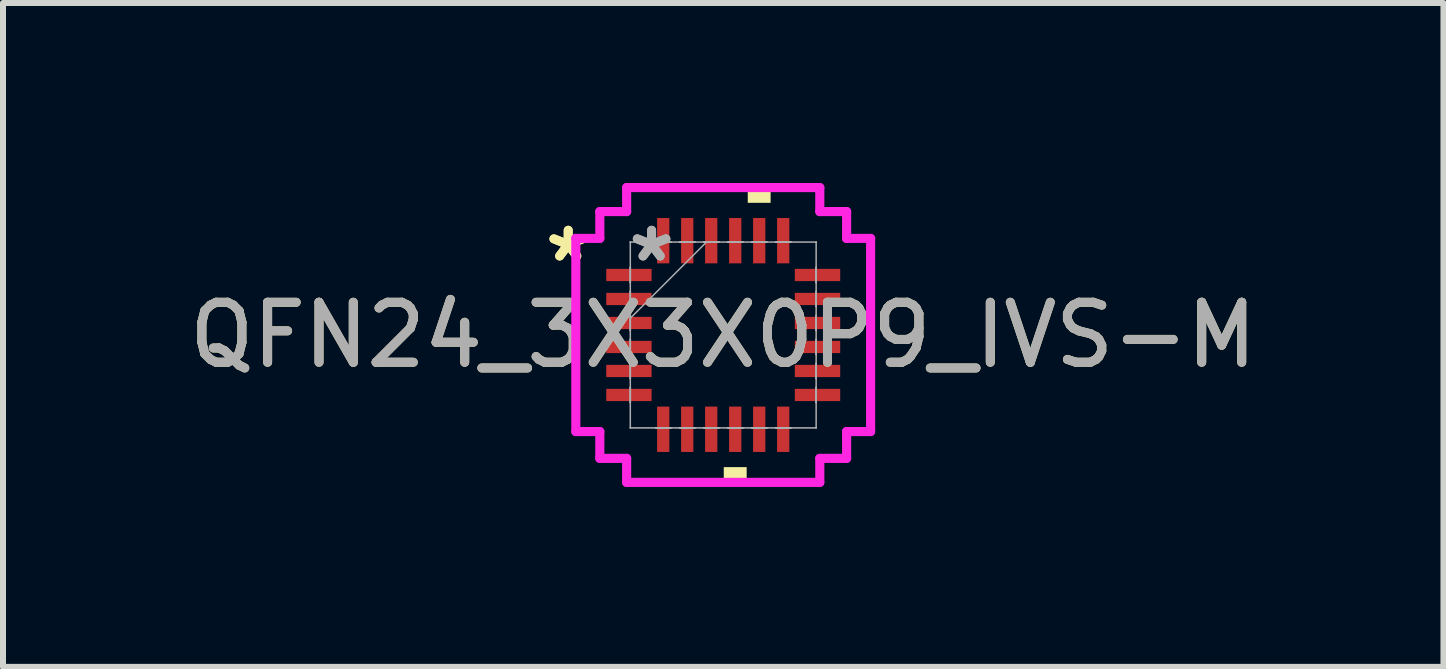
<source format=kicad_pcb>
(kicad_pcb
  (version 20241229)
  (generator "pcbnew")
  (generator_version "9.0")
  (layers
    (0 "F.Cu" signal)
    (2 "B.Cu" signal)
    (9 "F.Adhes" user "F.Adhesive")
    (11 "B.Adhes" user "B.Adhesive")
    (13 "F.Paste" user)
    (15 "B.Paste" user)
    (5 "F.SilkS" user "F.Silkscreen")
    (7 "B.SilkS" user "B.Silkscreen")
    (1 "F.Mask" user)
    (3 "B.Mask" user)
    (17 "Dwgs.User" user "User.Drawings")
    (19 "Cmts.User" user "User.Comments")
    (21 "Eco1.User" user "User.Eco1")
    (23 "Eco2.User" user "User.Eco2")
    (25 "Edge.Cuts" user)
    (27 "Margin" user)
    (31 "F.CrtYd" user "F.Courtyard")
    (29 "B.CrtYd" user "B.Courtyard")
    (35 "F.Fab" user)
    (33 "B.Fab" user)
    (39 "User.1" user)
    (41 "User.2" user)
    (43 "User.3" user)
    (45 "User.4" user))
  (footprint "QFN24_3X3X0P9_IVS-M"
    (layer "F.Cu")
    (at 9.006 2.534)
    (property "Reference" "QFN24_3X3X0P9_IVS-M" (at 0 0 0) (unlocked yes) (layer "F.SilkS") (effects (font (size 1 1) (thickness 0.15))))
    (attr smd)
    (fp_poly (pts (xy 0.009 2.203) (xy 0.009 2.457) (xy 0.391 2.457) (xy 0.391 2.203)) (stroke (width 0) (type solid)) (fill yes) (layer "F.SilkS"))
    (fp_poly (pts (xy 0.409 -2.203) (xy 0.409 -2.457) (xy 0.79 -2.457) (xy 0.79 -2.203)) (stroke (width 0) (type solid)) (fill yes) (layer "F.SilkS"))
    (fp_line (start -2.457 -1.61) (end -2.057 -1.61) (stroke (width 0.152) (type solid)) (layer "F.CrtYd"))
    (fp_line (start -2.457 1.61) (end -2.457 -1.61) (stroke (width 0.152) (type solid)) (layer "F.CrtYd"))
    (fp_line (start -2.057 -2.057) (end -1.61 -2.057) (stroke (width 0.152) (type solid)) (layer "F.CrtYd"))
    (fp_line (start -2.057 -1.61) (end -2.057 -2.057) (stroke (width 0.152) (type solid)) (layer "F.CrtYd"))
    (fp_line (start -2.057 1.61) (end -2.457 1.61) (stroke (width 0.152) (type solid)) (layer "F.CrtYd"))
    (fp_line (start -2.057 2.057) (end -2.057 1.61) (stroke (width 0.152) (type solid)) (layer "F.CrtYd"))
    (fp_line (start -1.61 -2.457) (end 1.61 -2.457) (stroke (width 0.152) (type solid)) (layer "F.CrtYd"))
    (fp_line (start -1.61 -2.057) (end -1.61 -2.457) (stroke (width 0.152) (type solid)) (layer "F.CrtYd"))
    (fp_line (start -1.61 2.057) (end -2.057 2.057) (stroke (width 0.152) (type solid)) (layer "F.CrtYd"))
    (fp_line (start -1.61 2.457) (end -1.61 2.057) (stroke (width 0.152) (type solid)) (layer "F.CrtYd"))
    (fp_line (start 1.61 -2.457) (end 1.61 -2.057) (stroke (width 0.152) (type solid)) (layer "F.CrtYd"))
    (fp_line (start 1.61 -2.057) (end 2.057 -2.057) (stroke (width 0.152) (type solid)) (layer "F.CrtYd"))
    (fp_line (start 1.61 2.057) (end 1.61 2.457) (stroke (width 0.152) (type solid)) (layer "F.CrtYd"))
    (fp_line (start 1.61 2.457) (end -1.61 2.457) (stroke (width 0.152) (type solid)) (layer "F.CrtYd"))
    (fp_line (start 2.057 -2.057) (end 2.057 -1.61) (stroke (width 0.152) (type solid)) (layer "F.CrtYd"))
    (fp_line (start 2.057 -1.61) (end 2.457 -1.61) (stroke (width 0.152) (type solid)) (layer "F.CrtYd"))
    (fp_line (start 2.057 1.61) (end 2.057 2.057) (stroke (width 0.152) (type solid)) (layer "F.CrtYd"))
    (fp_line (start 2.057 2.057) (end 1.61 2.057) (stroke (width 0.152) (type solid)) (layer "F.CrtYd"))
    (fp_line (start 2.457 -1.61) (end 2.457 1.61) (stroke (width 0.152) (type solid)) (layer "F.CrtYd"))
    (fp_line (start 2.457 1.61) (end 2.057 1.61) (stroke (width 0.152) (type solid)) (layer "F.CrtYd"))
    (fp_line (start -1.549 -1.549) (end -1.549 -1.549) (stroke (width 0.025) (type solid)) (layer "F.Fab"))
    (fp_line (start -1.549 -1.549) (end -1.549 1.549) (stroke (width 0.025) (type solid)) (layer "F.Fab"))
    (fp_line (start -1.549 -1.127) (end -1.549 -1.127) (stroke (width 0.025) (type solid)) (layer "F.Fab"))
    (fp_line (start -1.549 -1.127) (end -1.549 -0.873) (stroke (width 0.025) (type solid)) (layer "F.Fab"))
    (fp_line (start -1.549 -0.873) (end -1.549 -1.127) (stroke (width 0.025) (type solid)) (layer "F.Fab"))
    (fp_line (start -1.549 -0.873) (end -1.549 -0.873) (stroke (width 0.025) (type solid)) (layer "F.Fab"))
    (fp_line (start -1.549 -0.727) (end -1.549 -0.727) (stroke (width 0.025) (type solid)) (layer "F.Fab"))
    (fp_line (start -1.549 -0.727) (end -1.549 -0.473) (stroke (width 0.025) (type solid)) (layer "F.Fab"))
    (fp_line (start -1.549 -0.473) (end -1.549 -0.727) (stroke (width 0.025) (type solid)) (layer "F.Fab"))
    (fp_line (start -1.549 -0.473) (end -1.549 -0.473) (stroke (width 0.025) (type solid)) (layer "F.Fab"))
    (fp_line (start -1.549 -0.327) (end -1.549 -0.327) (stroke (width 0.025) (type solid)) (layer "F.Fab"))
    (fp_line (start -1.549 -0.327) (end -1.549 -0.073) (stroke (width 0.025) (type solid)) (layer "F.Fab"))
    (fp_line (start -1.549 -0.279) (end -0.279 -1.549) (stroke (width 0.025) (type solid)) (layer "F.Fab"))
    (fp_line (start -1.549 -0.073) (end -1.549 -0.327) (stroke (width 0.025) (type solid)) (layer "F.Fab"))
    (fp_line (start -1.549 -0.073) (end -1.549 -0.073) (stroke (width 0.025) (type solid)) (layer "F.Fab"))
    (fp_line (start -1.549 0.073) (end -1.549 0.073) (stroke (width 0.025) (type solid)) (layer "F.Fab"))
    (fp_line (start -1.549 0.073) (end -1.549 0.327) (stroke (width 0.025) (type solid)) (layer "F.Fab"))
    (fp_line (start -1.549 0.327) (end -1.549 0.073) (stroke (width 0.025) (type solid)) (layer "F.Fab"))
    (fp_line (start -1.549 0.327) (end -1.549 0.327) (stroke (width 0.025) (type solid)) (layer "F.Fab"))
    (fp_line (start -1.549 0.473) (end -1.549 0.473) (stroke (width 0.025) (type solid)) (layer "F.Fab"))
    (fp_line (start -1.549 0.473) (end -1.549 0.727) (stroke (width 0.025) (type solid)) (layer "F.Fab"))
    (fp_line (start -1.549 0.727) (end -1.549 0.473) (stroke (width 0.025) (type solid)) (layer "F.Fab"))
    (fp_line (start -1.549 0.727) (end -1.549 0.727) (stroke (width 0.025) (type solid)) (layer "F.Fab"))
    (fp_line (start -1.549 0.873) (end -1.549 0.873) (stroke (width 0.025) (type solid)) (layer "F.Fab"))
    (fp_line (start -1.549 0.873) (end -1.549 1.127) (stroke (width 0.025) (type solid)) (layer "F.Fab"))
    (fp_line (start -1.549 1.127) (end -1.549 0.873) (stroke (width 0.025) (type solid)) (layer "F.Fab"))
    (fp_line (start -1.549 1.127) (end -1.549 1.127) (stroke (width 0.025) (type solid)) (layer "F.Fab"))
    (fp_line (start -1.549 1.549) (end -1.549 1.549) (stroke (width 0.025) (type solid)) (layer "F.Fab"))
    (fp_line (start -1.549 1.549) (end 1.549 1.549) (stroke (width 0.025) (type solid)) (layer "F.Fab"))
    (fp_line (start -1.127 -1.549) (end -1.127 -1.549) (stroke (width 0.025) (type solid)) (layer "F.Fab"))
    (fp_line (start -1.127 -1.549) (end -0.873 -1.549) (stroke (width 0.025) (type solid)) (layer "F.Fab"))
    (fp_line (start -1.127 1.549) (end -1.127 1.549) (stroke (width 0.025) (type solid)) (layer "F.Fab"))
    (fp_line (start -1.127 1.549) (end -0.873 1.549) (stroke (width 0.025) (type solid)) (layer "F.Fab"))
    (fp_line (start -0.873 -1.549) (end -1.127 -1.549) (stroke (width 0.025) (type solid)) (layer "F.Fab"))
    (fp_line (start -0.873 -1.549) (end -0.873 -1.549) (stroke (width 0.025) (type solid)) (layer "F.Fab"))
    (fp_line (start -0.873 1.549) (end -1.127 1.549) (stroke (width 0.025) (type solid)) (layer "F.Fab"))
    (fp_line (start -0.873 1.549) (end -0.873 1.549) (stroke (width 0.025) (type solid)) (layer "F.Fab"))
    (fp_line (start -0.727 -1.549) (end -0.727 -1.549) (stroke (width 0.025) (type solid)) (layer "F.Fab"))
    (fp_line (start -0.727 -1.549) (end -0.473 -1.549) (stroke (width 0.025) (type solid)) (layer "F.Fab"))
    (fp_line (start -0.727 1.549) (end -0.727 1.549) (stroke (width 0.025) (type solid)) (layer "F.Fab"))
    (fp_line (start -0.727 1.549) (end -0.473 1.549) (stroke (width 0.025) (type solid)) (layer "F.Fab"))
    (fp_line (start -0.473 -1.549) (end -0.727 -1.549) (stroke (width 0.025) (type solid)) (layer "F.Fab"))
    (fp_line (start -0.473 -1.549) (end -0.473 -1.549) (stroke (width 0.025) (type solid)) (layer "F.Fab"))
    (fp_line (start -0.473 1.549) (end -0.727 1.549) (stroke (width 0.025) (type solid)) (layer "F.Fab"))
    (fp_line (start -0.473 1.549) (end -0.473 1.549) (stroke (width 0.025) (type solid)) (layer "F.Fab"))
    (fp_line (start -0.327 -1.549) (end -0.327 -1.549) (stroke (width 0.025) (type solid)) (layer "F.Fab"))
    (fp_line (start -0.327 -1.549) (end -0.073 -1.549) (stroke (width 0.025) (type solid)) (layer "F.Fab"))
    (fp_line (start -0.327 1.549) (end -0.327 1.549) (stroke (width 0.025) (type solid)) (layer "F.Fab"))
    (fp_line (start -0.327 1.549) (end -0.073 1.549) (stroke (width 0.025) (type solid)) (layer "F.Fab"))
    (fp_line (start -0.073 -1.549) (end -0.327 -1.549) (stroke (width 0.025) (type solid)) (layer "F.Fab"))
    (fp_line (start -0.073 -1.549) (end -0.073 -1.549) (stroke (width 0.025) (type solid)) (layer "F.Fab"))
    (fp_line (start -0.073 1.549) (end -0.327 1.549) (stroke (width 0.025) (type solid)) (layer "F.Fab"))
    (fp_line (start -0.073 1.549) (end -0.073 1.549) (stroke (width 0.025) (type solid)) (layer "F.Fab"))
    (fp_line (start 0.073 -1.549) (end 0.073 -1.549) (stroke (width 0.025) (type solid)) (layer "F.Fab"))
    (fp_line (start 0.073 -1.549) (end 0.327 -1.549) (stroke (width 0.025) (type solid)) (layer "F.Fab"))
    (fp_line (start 0.073 1.549) (end 0.073 1.549) (stroke (width 0.025) (type solid)) (layer "F.Fab"))
    (fp_line (start 0.073 1.549) (end 0.327 1.549) (stroke (width 0.025) (type solid)) (layer "F.Fab"))
    (fp_line (start 0.327 -1.549) (end 0.073 -1.549) (stroke (width 0.025) (type solid)) (layer "F.Fab"))
    (fp_line (start 0.327 -1.549) (end 0.327 -1.549) (stroke (width 0.025) (type solid)) (layer "F.Fab"))
    (fp_line (start 0.327 1.549) (end 0.073 1.549) (stroke (width 0.025) (type solid)) (layer "F.Fab"))
    (fp_line (start 0.327 1.549) (end 0.327 1.549) (stroke (width 0.025) (type solid)) (layer "F.Fab"))
    (fp_line (start 0.473 -1.549) (end 0.473 -1.549) (stroke (width 0.025) (type solid)) (layer "F.Fab"))
    (fp_line (start 0.473 -1.549) (end 0.727 -1.549) (stroke (width 0.025) (type solid)) (layer "F.Fab"))
    (fp_line (start 0.473 1.549) (end 0.473 1.549) (stroke (width 0.025) (type solid)) (layer "F.Fab"))
    (fp_line (start 0.473 1.549) (end 0.727 1.549) (stroke (width 0.025) (type solid)) (layer "F.Fab"))
    (fp_line (start 0.727 -1.549) (end 0.473 -1.549) (stroke (width 0.025) (type solid)) (layer "F.Fab"))
    (fp_line (start 0.727 -1.549) (end 0.727 -1.549) (stroke (width 0.025) (type solid)) (layer "F.Fab"))
    (fp_line (start 0.727 1.549) (end 0.473 1.549) (stroke (width 0.025) (type solid)) (layer "F.Fab"))
    (fp_line (start 0.727 1.549) (end 0.727 1.549) (stroke (width 0.025) (type solid)) (layer "F.Fab"))
    (fp_line (start 0.873 -1.549) (end 0.873 -1.549) (stroke (width 0.025) (type solid)) (layer "F.Fab"))
    (fp_line (start 0.873 -1.549) (end 1.127 -1.549) (stroke (width 0.025) (type solid)) (layer "F.Fab"))
    (fp_line (start 0.873 1.549) (end 0.873 1.549) (stroke (width 0.025) (type solid)) (layer "F.Fab"))
    (fp_line (start 0.873 1.549) (end 1.127 1.549) (stroke (width 0.025) (type solid)) (layer "F.Fab"))
    (fp_line (start 1.127 -1.549) (end 0.873 -1.549) (stroke (width 0.025) (type solid)) (layer "F.Fab"))
    (fp_line (start 1.127 -1.549) (end 1.127 -1.549) (stroke (width 0.025) (type solid)) (layer "F.Fab"))
    (fp_line (start 1.127 1.549) (end 0.873 1.549) (stroke (width 0.025) (type solid)) (layer "F.Fab"))
    (fp_line (start 1.127 1.549) (end 1.127 1.549) (stroke (width 0.025) (type solid)) (layer "F.Fab"))
    (fp_line (start 1.549 -1.549) (end -1.549 -1.549) (stroke (width 0.025) (type solid)) (layer "F.Fab"))
    (fp_line (start 1.549 -1.549) (end 1.549 -1.549) (stroke (width 0.025) (type solid)) (layer "F.Fab"))
    (fp_line (start 1.549 -1.127) (end 1.549 -1.127) (stroke (width 0.025) (type solid)) (layer "F.Fab"))
    (fp_line (start 1.549 -1.127) (end 1.549 -0.873) (stroke (width 0.025) (type solid)) (layer "F.Fab"))
    (fp_line (start 1.549 -0.873) (end 1.549 -1.127) (stroke (width 0.025) (type solid)) (layer "F.Fab"))
    (fp_line (start 1.549 -0.873) (end 1.549 -0.873) (stroke (width 0.025) (type solid)) (layer "F.Fab"))
    (fp_line (start 1.549 -0.727) (end 1.549 -0.727) (stroke (width 0.025) (type solid)) (layer "F.Fab"))
    (fp_line (start 1.549 -0.727) (end 1.549 -0.473) (stroke (width 0.025) (type solid)) (layer "F.Fab"))
    (fp_line (start 1.549 -0.473) (end 1.549 -0.727) (stroke (width 0.025) (type solid)) (layer "F.Fab"))
    (fp_line (start 1.549 -0.473) (end 1.549 -0.473) (stroke (width 0.025) (type solid)) (layer "F.Fab"))
    (fp_line (start 1.549 -0.327) (end 1.549 -0.327) (stroke (width 0.025) (type solid)) (layer "F.Fab"))
    (fp_line (start 1.549 -0.327) (end 1.549 -0.073) (stroke (width 0.025) (type solid)) (layer "F.Fab"))
    (fp_line (start 1.549 -0.073) (end 1.549 -0.327) (stroke (width 0.025) (type solid)) (layer "F.Fab"))
    (fp_line (start 1.549 -0.073) (end 1.549 -0.073) (stroke (width 0.025) (type solid)) (layer "F.Fab"))
    (fp_line (start 1.549 0.073) (end 1.549 0.073) (stroke (width 0.025) (type solid)) (layer "F.Fab"))
    (fp_line (start 1.549 0.073) (end 1.549 0.327) (stroke (width 0.025) (type solid)) (layer "F.Fab"))
    (fp_line (start 1.549 0.327) (end 1.549 0.073) (stroke (width 0.025) (type solid)) (layer "F.Fab"))
    (fp_line (start 1.549 0.327) (end 1.549 0.327) (stroke (width 0.025) (type solid)) (layer "F.Fab"))
    (fp_line (start 1.549 0.473) (end 1.549 0.473) (stroke (width 0.025) (type solid)) (layer "F.Fab"))
    (fp_line (start 1.549 0.473) (end 1.549 0.727) (stroke (width 0.025) (type solid)) (layer "F.Fab"))
    (fp_line (start 1.549 0.727) (end 1.549 0.473) (stroke (width 0.025) (type solid)) (layer "F.Fab"))
    (fp_line (start 1.549 0.727) (end 1.549 0.727) (stroke (width 0.025) (type solid)) (layer "F.Fab"))
    (fp_line (start 1.549 0.873) (end 1.549 0.873) (stroke (width 0.025) (type solid)) (layer "F.Fab"))
    (fp_line (start 1.549 0.873) (end 1.549 1.127) (stroke (width 0.025) (type solid)) (layer "F.Fab"))
    (fp_line (start 1.549 1.127) (end 1.549 0.873) (stroke (width 0.025) (type solid)) (layer "F.Fab"))
    (fp_line (start 1.549 1.127) (end 1.549 1.127) (stroke (width 0.025) (type solid)) (layer "F.Fab"))
    (fp_line (start 1.549 1.549) (end 1.549 -1.549) (stroke (width 0.025) (type solid)) (layer "F.Fab"))
    (fp_line (start 1.549 1.549) (end 1.549 1.549) (stroke (width 0.025) (type solid)) (layer "F.Fab"))
    (fp_text user "*" (at -2.584 -1.2 0) (unlocked yes) (layer "F.SilkS") (effects (font (size 1 1) (thickness 0.15))))
    (fp_text user "*" (at -2.584 -1.2 0) (layer "F.SilkS") (effects (font (size 1 1) (thickness 0.15))))
    (fp_text user "*" (at -1.194 -1.2 0) (unlocked yes) (layer "F.Fab") (effects (font (size 1 1) (thickness 0.15))))
    (fp_text user "*" (at -1.194 -1.2 0) (layer "F.Fab") (effects (font (size 1 1) (thickness 0.15))))
    (fp_text user "${REFERENCE}" (at 0 0 0) (unlocked yes) (layer "F.Fab") (effects (font (size 1 1) (thickness 0.15))))
    (pad "1" smd rect (at -1.572 -1 90) (size 0.204 0.756) (layers "F.Cu" "F.Mask" "F.Paste"))
    (pad "2" smd rect (at -1.572 -0.6 90) (size 0.204 0.756) (layers "F.Cu" "F.Mask" "F.Paste"))
    (pad "3" smd rect (at -1.572 -0.2 90) (size 0.204 0.756) (layers "F.Cu" "F.Mask" "F.Paste"))
    (pad "4" smd rect (at -1.572 0.2 90) (size 0.204 0.756) (layers "F.Cu" "F.Mask" "F.Paste"))
    (pad "5" smd rect (at -1.572 0.6 90) (size 0.204 0.756) (layers "F.Cu" "F.Mask" "F.Paste"))
    (pad "6" smd rect (at -1.572 1 90) (size 0.204 0.756) (layers "F.Cu" "F.Mask" "F.Paste"))
    (pad "7" smd rect (at -1 1.572) (size 0.204 0.756) (layers "F.Cu" "F.Mask" "F.Paste"))
    (pad "8" smd rect (at -0.6 1.572) (size 0.204 0.756) (layers "F.Cu" "F.Mask" "F.Paste"))
    (pad "9" smd rect (at -0.2 1.572) (size 0.204 0.756) (layers "F.Cu" "F.Mask" "F.Paste"))
    (pad "10" smd rect (at 0.2 1.572) (size 0.204 0.756) (layers "F.Cu" "F.Mask" "F.Paste"))
    (pad "11" smd rect (at 0.6 1.572) (size 0.204 0.756) (layers "F.Cu" "F.Mask" "F.Paste"))
    (pad "12" smd rect (at 1 1.572) (size 0.204 0.756) (layers "F.Cu" "F.Mask" "F.Paste"))
    (pad "13" smd rect (at 1.572 1 90) (size 0.204 0.756) (layers "F.Cu" "F.Mask" "F.Paste"))
    (pad "14" smd rect (at 1.572 0.6 90) (size 0.204 0.756) (layers "F.Cu" "F.Mask" "F.Paste"))
    (pad "15" smd rect (at 1.572 0.2 90) (size 0.204 0.756) (layers "F.Cu" "F.Mask" "F.Paste"))
    (pad "16" smd rect (at 1.572 -0.2 90) (size 0.204 0.756) (layers "F.Cu" "F.Mask" "F.Paste"))
    (pad "17" smd rect (at 1.572 -0.6 90) (size 0.204 0.756) (layers "F.Cu" "F.Mask" "F.Paste"))
    (pad "18" smd rect (at 1.572 -1 90) (size 0.204 0.756) (layers "F.Cu" "F.Mask" "F.Paste"))
    (pad "19" smd rect (at 1 -1.572) (size 0.204 0.756) (layers "F.Cu" "F.Mask" "F.Paste"))
    (pad "20" smd rect (at 0.6 -1.572) (size 0.204 0.756) (layers "F.Cu" "F.Mask" "F.Paste"))
    (pad "21" smd rect (at 0.2 -1.572) (size 0.204 0.756) (layers "F.Cu" "F.Mask" "F.Paste"))
    (pad "22" smd rect (at -0.2 -1.572) (size 0.204 0.756) (layers "F.Cu" "F.Mask" "F.Paste"))
    (pad "23" smd rect (at -0.6 -1.572) (size 0.204 0.756) (layers "F.Cu" "F.Mask" "F.Paste"))
    (pad "24" smd rect (at -1 -1.572) (size 0.204 0.756) (layers "F.Cu" "F.Mask" "F.Paste"))
    (zone (net_name "") (layer "F.Cu") (hatch full 0.508) (connect_pads) (min_thickness 0.254) (filled_areas_thickness no) (keepout (tracks not_allowed) (vias not_allowed) (pads allowed) (copperpour not_allowed) (footprints allowed)) (placement (enabled no)) (fill) (polygon (pts (xy 8.206 1.733) (xy 9.806 1.733) (xy 9.806 3.334) (xy 8.206 3.334)))))
  (gr_rect
    (start -3 -3)
    (end 21.012 8.067)
    (stroke (width 0.1) (type default))
    (fill no)
    (layer "Edge.Cuts")))
</source>
